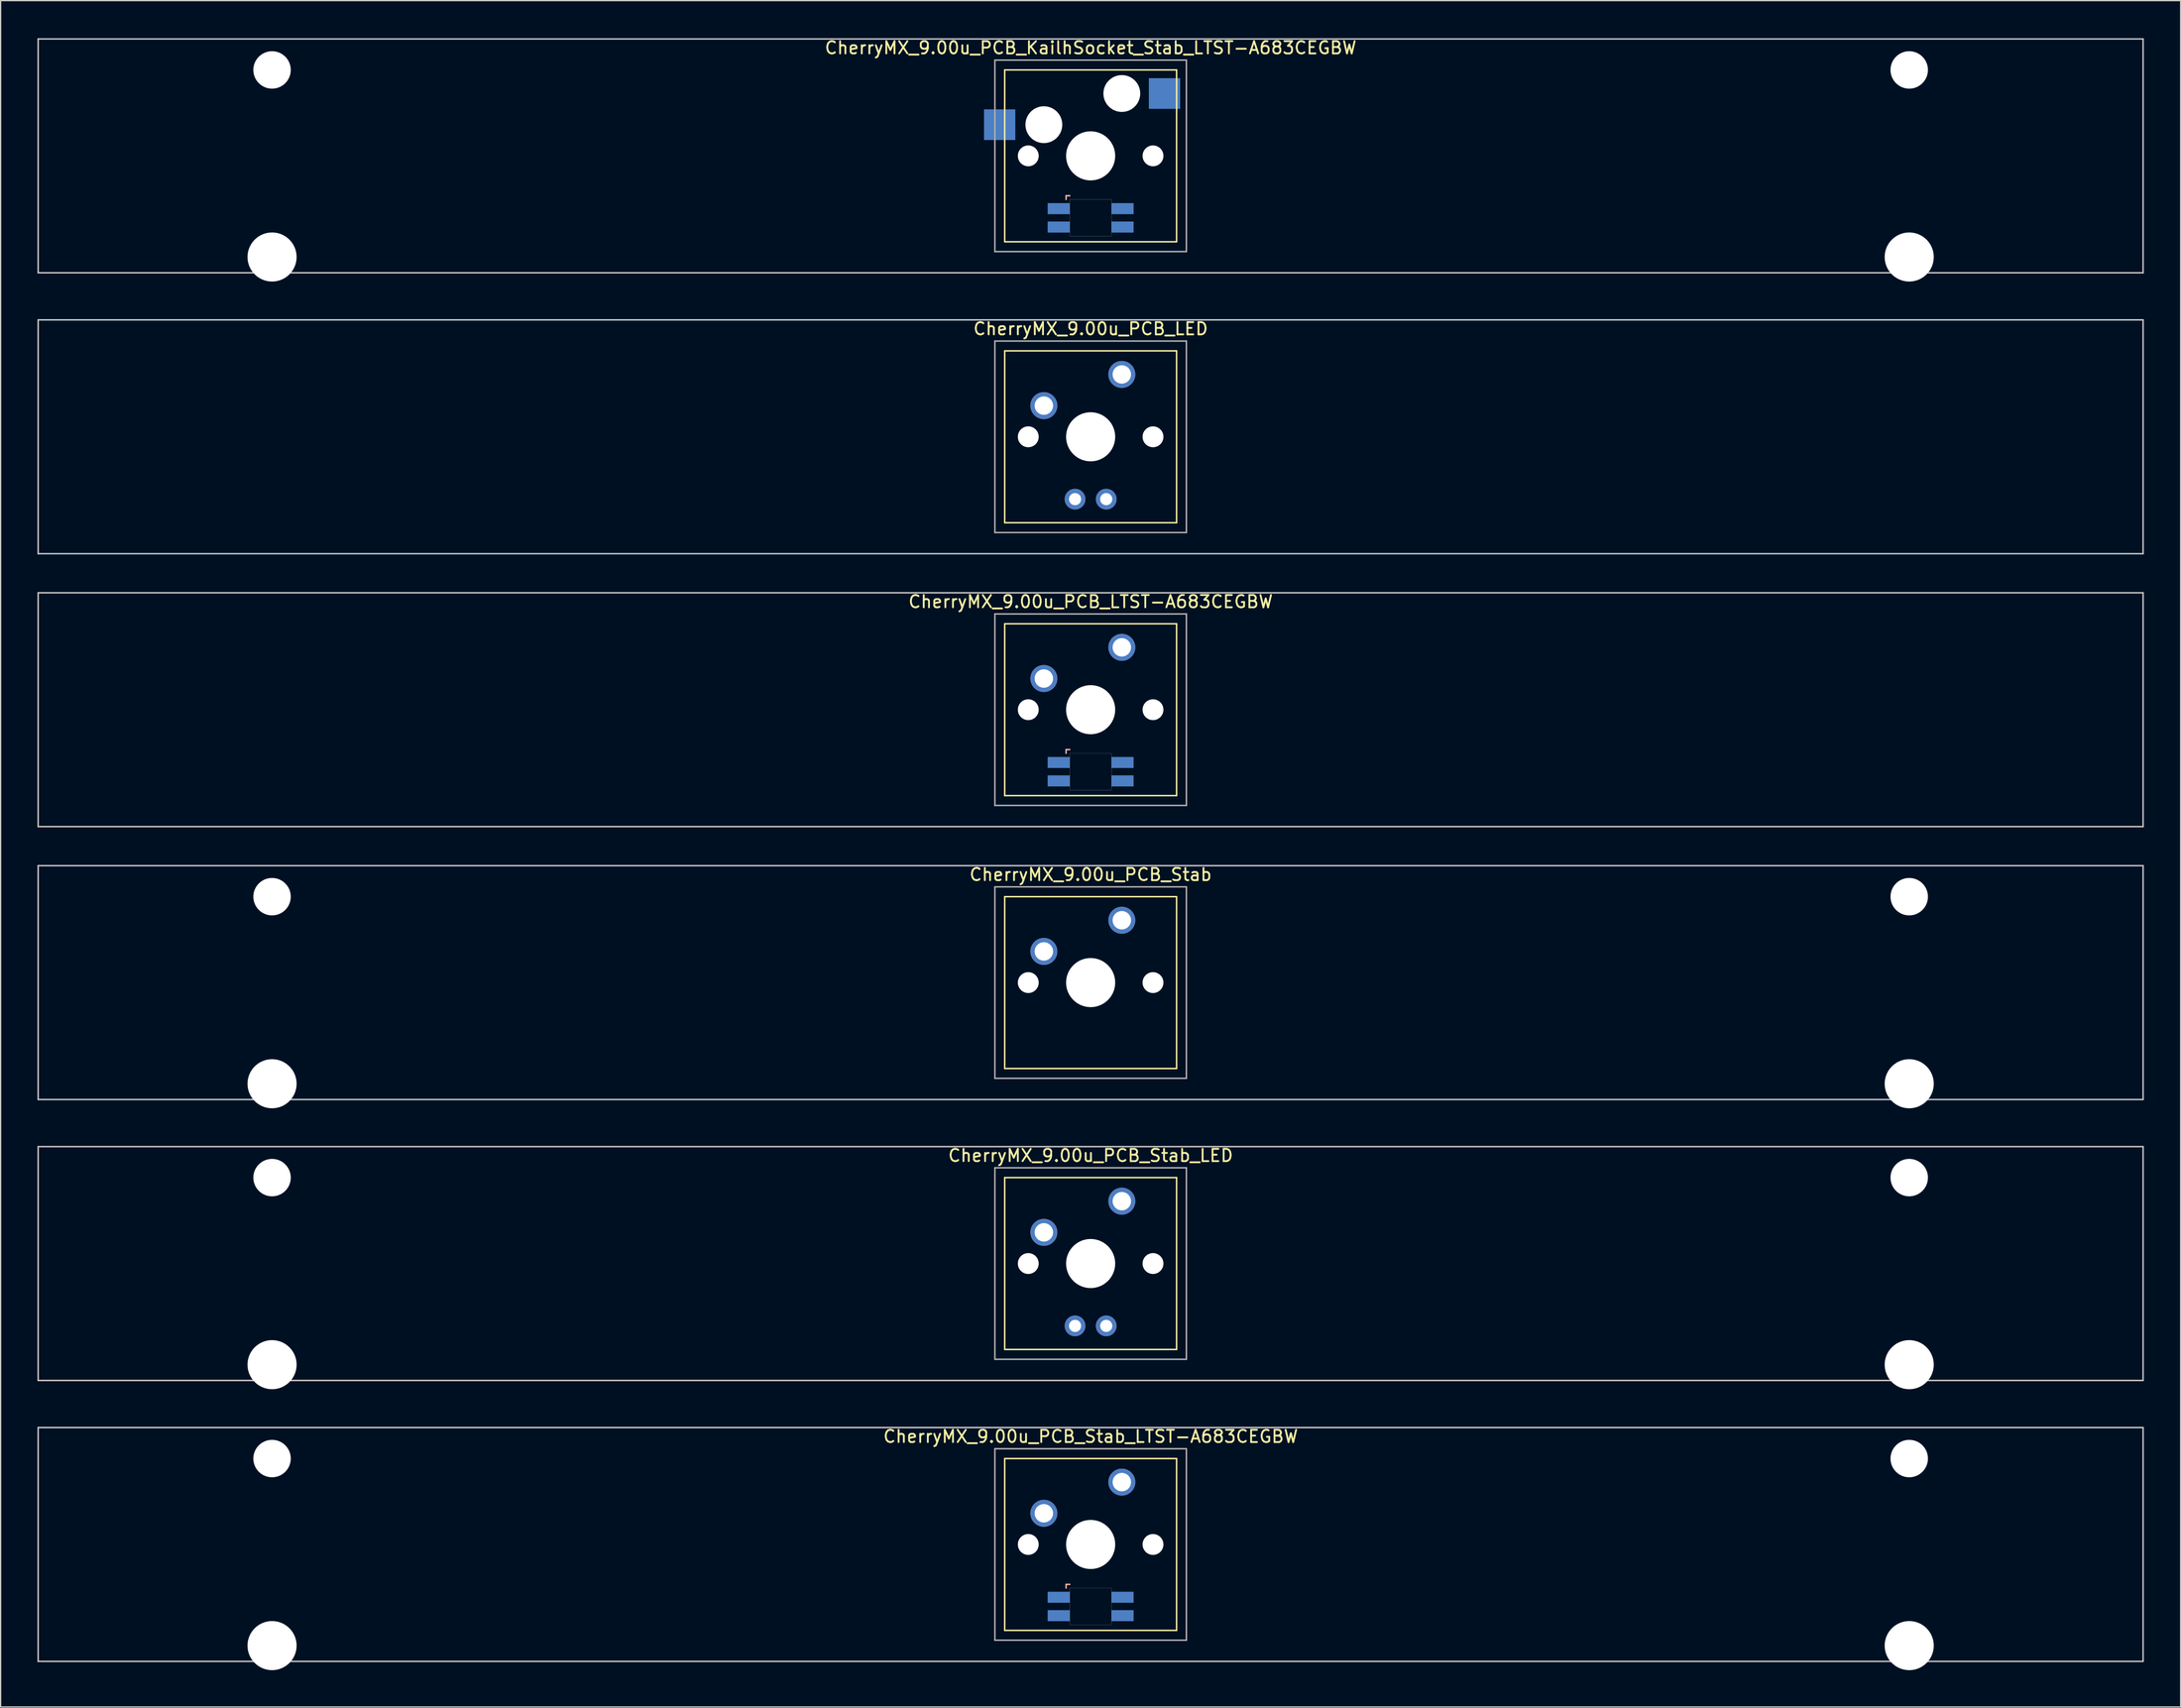
<source format=kicad_pcb>
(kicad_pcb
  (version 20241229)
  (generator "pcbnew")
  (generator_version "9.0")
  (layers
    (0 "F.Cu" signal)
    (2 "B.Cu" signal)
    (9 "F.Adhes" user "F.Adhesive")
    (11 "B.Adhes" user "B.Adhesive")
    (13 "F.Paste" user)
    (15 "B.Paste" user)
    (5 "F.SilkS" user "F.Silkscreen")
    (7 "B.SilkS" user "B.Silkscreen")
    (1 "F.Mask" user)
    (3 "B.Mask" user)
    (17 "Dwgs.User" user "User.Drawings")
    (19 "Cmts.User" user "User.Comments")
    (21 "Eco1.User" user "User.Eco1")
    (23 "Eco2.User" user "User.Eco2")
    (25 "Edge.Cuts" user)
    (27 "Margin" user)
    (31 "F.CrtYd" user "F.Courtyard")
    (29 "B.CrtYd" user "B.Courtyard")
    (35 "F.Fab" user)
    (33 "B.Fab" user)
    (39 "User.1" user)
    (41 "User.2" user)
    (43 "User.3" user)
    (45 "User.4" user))
  (footprint "CherryMX_9.00u_PCB_LED"
    (layer "F.Cu")
    (at 85.785 32.536)
    (property "Reference" "CherryMX_9.00u_PCB_LED" (at 0 -8.8 0) (layer "F.SilkS") (effects (font (size 1 1) (thickness 0.15))))
    (attr through_hole)
    (fp_line (start -7 -7) (end -7 7) (stroke (width 0.12) (type solid)) (layer "F.SilkS"))
    (fp_line (start -7 -7) (end 7 -7) (stroke (width 0.12) (type solid)) (layer "F.SilkS"))
    (fp_line (start 7 -7) (end 7 7) (stroke (width 0.12) (type solid)) (layer "F.SilkS"))
    (fp_line (start 7 7) (end -7 7) (stroke (width 0.12) (type solid)) (layer "F.SilkS"))
    (fp_line (start -85.725 -9.525) (end 85.725 -9.525) (stroke (width 0.12) (type solid)) (layer "Dwgs.User"))
    (fp_line (start -85.725 9.525) (end -85.725 -9.525) (stroke (width 0.12) (type solid)) (layer "Dwgs.User"))
    (fp_line (start 85.725 -9.525) (end 85.725 9.525) (stroke (width 0.12) (type solid)) (layer "Dwgs.User"))
    (fp_line (start 85.725 9.525) (end -85.725 9.525) (stroke (width 0.12) (type solid)) (layer "Dwgs.User"))
    (fp_line (start -7.8 -7.8) (end -7.8 7.8) (stroke (width 0.12) (type solid)) (layer "F.Fab"))
    (fp_line (start -7.8 -7.8) (end 7.8 -7.8) (stroke (width 0.12) (type solid)) (layer "F.Fab"))
    (fp_line (start -7.8 7.8) (end 7.8 7.8) (stroke (width 0.12) (type solid)) (layer "F.Fab"))
    (fp_line (start 7.8 -7.8) (end 7.8 7.8) (stroke (width 0.12) (type solid)) (layer "F.Fab"))
    (pad "" np_thru_hole circle (at -5.08 0) (size 1.7 1.7) (drill 1.7) (layers "*.Cu" "*.Mask"))
    (pad "" np_thru_hole circle (at 0 0) (size 4 4) (drill 4) (layers "*.Cu" "*.Mask"))
    (pad "" np_thru_hole circle (at 5.08 0) (size 1.7 1.7) (drill 1.7) (layers "*.Cu" "*.Mask"))
    (pad "1" thru_hole circle (at -3.81 -2.54) (size 2.2 2.2) (drill 1.5) (layers "*.Cu" "*.Mask"))
    (pad "2" thru_hole circle (at 2.54 -5.08) (size 2.2 2.2) (drill 1.5) (layers "*.Cu" "*.Mask"))
    (pad "3" thru_hole circle (at -1.27 5.08) (size 1.691 1.691) (drill 0.991) (layers "*.Cu" "*.Mask"))
    (pad "4" thru_hole circle (at 1.27 5.08) (size 1.691 1.691) (drill 0.991) (layers "*.Cu" "*.Mask")))
  (footprint "CherryMX_9.00u_PCB_Stab_LED"
    (layer "F.Cu")
    (at 85.785 99.891)
    (property "Reference" "CherryMX_9.00u_PCB_Stab_LED" (at 0 -8.8 0) (layer "F.SilkS") (effects (font (size 1 1) (thickness 0.15))))
    (attr through_hole)
    (fp_line (start -7 -7) (end -7 7) (stroke (width 0.12) (type solid)) (layer "F.SilkS"))
    (fp_line (start -7 -7) (end 7 -7) (stroke (width 0.12) (type solid)) (layer "F.SilkS"))
    (fp_line (start 7 -7) (end 7 7) (stroke (width 0.12) (type solid)) (layer "F.SilkS"))
    (fp_line (start 7 7) (end -7 7) (stroke (width 0.12) (type solid)) (layer "F.SilkS"))
    (fp_line (start -85.725 -9.525) (end 85.725 -9.525) (stroke (width 0.12) (type solid)) (layer "Dwgs.User"))
    (fp_line (start -85.725 9.525) (end -85.725 -9.525) (stroke (width 0.12) (type solid)) (layer "Dwgs.User"))
    (fp_line (start 85.725 -9.525) (end 85.725 9.525) (stroke (width 0.12) (type solid)) (layer "Dwgs.User"))
    (fp_line (start 85.725 9.525) (end -85.725 9.525) (stroke (width 0.12) (type solid)) (layer "Dwgs.User"))
    (fp_line (start -7.8 -7.8) (end -7.8 7.8) (stroke (width 0.12) (type solid)) (layer "F.Fab"))
    (fp_line (start -7.8 -7.8) (end 7.8 -7.8) (stroke (width 0.12) (type solid)) (layer "F.Fab"))
    (fp_line (start -7.8 7.8) (end 7.8 7.8) (stroke (width 0.12) (type solid)) (layer "F.Fab"))
    (fp_line (start 7.8 -7.8) (end 7.8 7.8) (stroke (width 0.12) (type solid)) (layer "F.Fab"))
    (pad "" np_thru_hole circle (at -66.675 -7) (size 3.05 3.05) (drill 3.05) (layers "*.Cu" "*.Mask"))
    (pad "" np_thru_hole circle (at -66.675 8.24) (size 4 4) (drill 4) (layers "*.Cu" "*.Mask"))
    (pad "" np_thru_hole circle (at -5.08 0) (size 1.7 1.7) (drill 1.7) (layers "*.Cu" "*.Mask"))
    (pad "" np_thru_hole circle (at 0 0) (size 4 4) (drill 4) (layers "*.Cu" "*.Mask"))
    (pad "" np_thru_hole circle (at 5.08 0) (size 1.7 1.7) (drill 1.7) (layers "*.Cu" "*.Mask"))
    (pad "" np_thru_hole circle (at 66.675 -7) (size 3.05 3.05) (drill 3.05) (layers "*.Cu" "*.Mask"))
    (pad "" np_thru_hole circle (at 66.675 8.24) (size 4 4) (drill 4) (layers "*.Cu" "*.Mask"))
    (pad "1" thru_hole circle (at -3.81 -2.54) (size 2.2 2.2) (drill 1.5) (layers "*.Cu" "*.Mask"))
    (pad "2" thru_hole circle (at 2.54 -5.08) (size 2.2 2.2) (drill 1.5) (layers "*.Cu" "*.Mask"))
    (pad "3" thru_hole circle (at -1.27 5.08) (size 1.691 1.691) (drill 0.991) (layers "*.Cu" "*.Mask"))
    (pad "4" thru_hole circle (at 1.27 5.08) (size 1.691 1.691) (drill 0.991) (layers "*.Cu" "*.Mask")))
  (footprint "CherryMX_9.00u_PCB_LTST-A683CEGBW"
    (layer "F.Cu")
    (at 85.785 54.77)
    (property "Reference" "CherryMX_9.00u_PCB_LTST-A683CEGBW" (at 0 -8.8 0) (layer "F.SilkS") (effects (font (size 1 1) (thickness 0.15))))
    (attr through_hole)
    (fp_line (start -7 -7) (end -7 7) (stroke (width 0.12) (type solid)) (layer "F.SilkS"))
    (fp_line (start -7 -7) (end 7 -7) (stroke (width 0.12) (type solid)) (layer "F.SilkS"))
    (fp_line (start 7 -7) (end 7 7) (stroke (width 0.12) (type solid)) (layer "F.SilkS"))
    (fp_line (start 7 7) (end -7 7) (stroke (width 0.12) (type solid)) (layer "F.SilkS"))
    (fp_line (start -2 3.25) (end -2 3.55) (stroke (width 0.12) (type solid)) (layer "B.SilkS"))
    (fp_line (start -1.7 3.25) (end -2 3.25) (stroke (width 0.12) (type solid)) (layer "B.SilkS"))
    (fp_line (start -85.725 -9.525) (end 85.725 -9.525) (stroke (width 0.12) (type solid)) (layer "Dwgs.User"))
    (fp_line (start -85.725 9.525) (end -85.725 -9.525) (stroke (width 0.12) (type solid)) (layer "Dwgs.User"))
    (fp_line (start 85.725 -9.525) (end 85.725 9.525) (stroke (width 0.12) (type solid)) (layer "Dwgs.User"))
    (fp_line (start 85.725 9.525) (end -85.725 9.525) (stroke (width 0.12) (type solid)) (layer "Dwgs.User"))
    (fp_poly (pts (xy 1.7 6.55) (xy -1.7 6.55) (xy -1.7 3.55) (xy 1.7 3.55)) (stroke (width 0.01) (type solid)) (fill no) (layer "Edge.Cuts"))
    (fp_line (start -7.8 -7.8) (end -7.8 7.8) (stroke (width 0.12) (type solid)) (layer "F.Fab"))
    (fp_line (start -7.8 -7.8) (end 7.8 -7.8) (stroke (width 0.12) (type solid)) (layer "F.Fab"))
    (fp_line (start -7.8 7.8) (end 7.8 7.8) (stroke (width 0.12) (type solid)) (layer "F.Fab"))
    (fp_line (start 7.8 -7.8) (end 7.8 7.8) (stroke (width 0.12) (type solid)) (layer "F.Fab"))
    (pad "" np_thru_hole circle (at -5.08 0) (size 1.7 1.7) (drill 1.7) (layers "*.Cu" "*.Mask"))
    (pad "" np_thru_hole circle (at 0 0) (size 4 4) (drill 4) (layers "*.Cu" "*.Mask"))
    (pad "" np_thru_hole circle (at 5.08 0) (size 1.7 1.7) (drill 1.7) (layers "*.Cu" "*.Mask"))
    (pad "1" thru_hole circle (at -3.81 -2.54) (size 2.2 2.2) (drill 1.5) (layers "*.Cu" "*.Mask"))
    (pad "2" thru_hole circle (at 2.54 -5.08) (size 2.2 2.2) (drill 1.5) (layers "*.Cu" "*.Mask"))
    (pad "3" smd rect (at -2.6 4.3) (size 1.8 0.9) (layers "B.Cu" "B.Mask" "B.Paste"))
    (pad "4" smd rect (at -2.6 5.8) (size 1.8 0.9) (layers "B.Cu" "B.Mask" "B.Paste"))
    (pad "5" smd rect (at 2.6 4.3) (size 1.8 0.9) (layers "B.Cu" "B.Mask" "B.Paste"))
    (pad "6" smd rect (at 2.6 5.8) (size 1.8 0.9) (layers "B.Cu" "B.Mask" "B.Paste")))
  (footprint "CherryMX_9.00u_PCB_KailhSocket_Stab_LTST-A683CEGBW"
    (layer "F.Cu")
    (at 85.785 9.648)
    (property "Reference" "CherryMX_9.00u_PCB_KailhSocket_Stab_LTST-A683CEGBW" (at 0 -8.8 0) (layer "F.SilkS") (effects (font (size 1 1) (thickness 0.15))))
    (attr through_hole)
    (fp_line (start -7 -7) (end -7 7) (stroke (width 0.12) (type solid)) (layer "F.SilkS"))
    (fp_line (start -7 -7) (end 7 -7) (stroke (width 0.12) (type solid)) (layer "F.SilkS"))
    (fp_line (start 7 -7) (end 7 7) (stroke (width 0.12) (type solid)) (layer "F.SilkS"))
    (fp_line (start 7 7) (end -7 7) (stroke (width 0.12) (type solid)) (layer "F.SilkS"))
    (fp_line (start -2 3.25) (end -2 3.55) (stroke (width 0.12) (type solid)) (layer "B.SilkS"))
    (fp_line (start -1.7 3.25) (end -2 3.25) (stroke (width 0.12) (type solid)) (layer "B.SilkS"))
    (fp_line (start -85.725 -9.525) (end 85.725 -9.525) (stroke (width 0.12) (type solid)) (layer "Dwgs.User"))
    (fp_line (start -85.725 9.525) (end -85.725 -9.525) (stroke (width 0.12) (type solid)) (layer "Dwgs.User"))
    (fp_line (start 85.725 -9.525) (end 85.725 9.525) (stroke (width 0.12) (type solid)) (layer "Dwgs.User"))
    (fp_line (start 85.725 9.525) (end -85.725 9.525) (stroke (width 0.12) (type solid)) (layer "Dwgs.User"))
    (fp_poly (pts (xy 1.7 6.55) (xy -1.7 6.55) (xy -1.7 3.55) (xy 1.7 3.55)) (stroke (width 0.01) (type solid)) (fill no) (layer "Edge.Cuts"))
    (fp_line (start -7.8 -7.8) (end -7.8 7.8) (stroke (width 0.12) (type solid)) (layer "F.Fab"))
    (fp_line (start -7.8 -7.8) (end 7.8 -7.8) (stroke (width 0.12) (type solid)) (layer "F.Fab"))
    (fp_line (start -7.8 7.8) (end 7.8 7.8) (stroke (width 0.12) (type solid)) (layer "F.Fab"))
    (fp_line (start 7.8 -7.8) (end 7.8 7.8) (stroke (width 0.12) (type solid)) (layer "F.Fab"))
    (pad "" np_thru_hole circle (at -66.675 -7) (size 3.05 3.05) (drill 3.05) (layers "*.Cu" "*.Mask"))
    (pad "" np_thru_hole circle (at -66.675 8.24) (size 4 4) (drill 4) (layers "*.Cu" "*.Mask"))
    (pad "" np_thru_hole circle (at -5.08 0) (size 1.7 1.7) (drill 1.7) (layers "*.Cu" "*.Mask"))
    (pad "" np_thru_hole circle (at -3.81 -2.54) (size 3 3) (drill 3) (layers "*.Cu" "*.Mask"))
    (pad "" np_thru_hole circle (at 0 0) (size 4 4) (drill 4) (layers "*.Cu" "*.Mask"))
    (pad "" np_thru_hole circle (at 2.54 -5.08) (size 3 3) (drill 3) (layers "*.Cu" "*.Mask"))
    (pad "" np_thru_hole circle (at 5.08 0) (size 1.7 1.7) (drill 1.7) (layers "*.Cu" "*.Mask"))
    (pad "" np_thru_hole circle (at 66.675 -7) (size 3.05 3.05) (drill 3.05) (layers "*.Cu" "*.Mask"))
    (pad "" np_thru_hole circle (at 66.675 8.24) (size 4 4) (drill 4) (layers "*.Cu" "*.Mask"))
    (pad "1" smd rect (at -7.41 -2.54) (size 2.55 2.5) (layers "B.Cu" "B.Mask" "B.Paste"))
    (pad "2" smd rect (at 6.015 -5.08) (size 2.55 2.5) (layers "B.Cu" "B.Mask" "B.Paste"))
    (pad "3" smd rect (at -2.6 4.3) (size 1.8 0.9) (layers "B.Cu" "B.Mask" "B.Paste"))
    (pad "4" smd rect (at -2.6 5.8) (size 1.8 0.9) (layers "B.Cu" "B.Mask" "B.Paste"))
    (pad "5" smd rect (at 2.6 4.3) (size 1.8 0.9) (layers "B.Cu" "B.Mask" "B.Paste"))
    (pad "6" smd rect (at 2.6 5.8) (size 1.8 0.9) (layers "B.Cu" "B.Mask" "B.Paste")))
  (footprint "CherryMX_9.00u_PCB_Stab_LTST-A683CEGBW"
    (layer "F.Cu")
    (at 85.785 122.779)
    (property "Reference" "CherryMX_9.00u_PCB_Stab_LTST-A683CEGBW" (at 0 -8.8 0) (layer "F.SilkS") (effects (font (size 1 1) (thickness 0.15))))
    (attr through_hole)
    (fp_line (start -7 -7) (end -7 7) (stroke (width 0.12) (type solid)) (layer "F.SilkS"))
    (fp_line (start -7 -7) (end 7 -7) (stroke (width 0.12) (type solid)) (layer "F.SilkS"))
    (fp_line (start 7 -7) (end 7 7) (stroke (width 0.12) (type solid)) (layer "F.SilkS"))
    (fp_line (start 7 7) (end -7 7) (stroke (width 0.12) (type solid)) (layer "F.SilkS"))
    (fp_line (start -2 3.25) (end -2 3.55) (stroke (width 0.12) (type solid)) (layer "B.SilkS"))
    (fp_line (start -1.7 3.25) (end -2 3.25) (stroke (width 0.12) (type solid)) (layer "B.SilkS"))
    (fp_line (start -85.725 -9.525) (end 85.725 -9.525) (stroke (width 0.12) (type solid)) (layer "Dwgs.User"))
    (fp_line (start -85.725 9.525) (end -85.725 -9.525) (stroke (width 0.12) (type solid)) (layer "Dwgs.User"))
    (fp_line (start 85.725 -9.525) (end 85.725 9.525) (stroke (width 0.12) (type solid)) (layer "Dwgs.User"))
    (fp_line (start 85.725 9.525) (end -85.725 9.525) (stroke (width 0.12) (type solid)) (layer "Dwgs.User"))
    (fp_poly (pts (xy 1.7 6.55) (xy -1.7 6.55) (xy -1.7 3.55) (xy 1.7 3.55)) (stroke (width 0.01) (type solid)) (fill no) (layer "Edge.Cuts"))
    (fp_line (start -7.8 -7.8) (end -7.8 7.8) (stroke (width 0.12) (type solid)) (layer "F.Fab"))
    (fp_line (start -7.8 -7.8) (end 7.8 -7.8) (stroke (width 0.12) (type solid)) (layer "F.Fab"))
    (fp_line (start -7.8 7.8) (end 7.8 7.8) (stroke (width 0.12) (type solid)) (layer "F.Fab"))
    (fp_line (start 7.8 -7.8) (end 7.8 7.8) (stroke (width 0.12) (type solid)) (layer "F.Fab"))
    (pad "" np_thru_hole circle (at -66.675 -7) (size 3.05 3.05) (drill 3.05) (layers "*.Cu" "*.Mask"))
    (pad "" np_thru_hole circle (at -66.675 8.24) (size 4 4) (drill 4) (layers "*.Cu" "*.Mask"))
    (pad "" np_thru_hole circle (at -5.08 0) (size 1.7 1.7) (drill 1.7) (layers "*.Cu" "*.Mask"))
    (pad "" np_thru_hole circle (at 0 0) (size 4 4) (drill 4) (layers "*.Cu" "*.Mask"))
    (pad "" np_thru_hole circle (at 5.08 0) (size 1.7 1.7) (drill 1.7) (layers "*.Cu" "*.Mask"))
    (pad "" np_thru_hole circle (at 66.675 -7) (size 3.05 3.05) (drill 3.05) (layers "*.Cu" "*.Mask"))
    (pad "" np_thru_hole circle (at 66.675 8.24) (size 4 4) (drill 4) (layers "*.Cu" "*.Mask"))
    (pad "1" thru_hole circle (at -3.81 -2.54) (size 2.2 2.2) (drill 1.5) (layers "*.Cu" "*.Mask"))
    (pad "2" thru_hole circle (at 2.54 -5.08) (size 2.2 2.2) (drill 1.5) (layers "*.Cu" "*.Mask"))
    (pad "3" smd rect (at -2.6 4.3) (size 1.8 0.9) (layers "B.Cu" "B.Mask" "B.Paste"))
    (pad "4" smd rect (at -2.6 5.8) (size 1.8 0.9) (layers "B.Cu" "B.Mask" "B.Paste"))
    (pad "5" smd rect (at 2.6 4.3) (size 1.8 0.9) (layers "B.Cu" "B.Mask" "B.Paste"))
    (pad "6" smd rect (at 2.6 5.8) (size 1.8 0.9) (layers "B.Cu" "B.Mask" "B.Paste")))
  (footprint "CherryMX_9.00u_PCB_Stab"
    (layer "F.Cu")
    (at 85.785 77.003)
    (property "Reference" "CherryMX_9.00u_PCB_Stab" (at 0 -8.8 0) (layer "F.SilkS") (effects (font (size 1 1) (thickness 0.15))))
    (attr through_hole)
    (fp_line (start -7 -7) (end -7 7) (stroke (width 0.12) (type solid)) (layer "F.SilkS"))
    (fp_line (start -7 -7) (end 7 -7) (stroke (width 0.12) (type solid)) (layer "F.SilkS"))
    (fp_line (start 7 -7) (end 7 7) (stroke (width 0.12) (type solid)) (layer "F.SilkS"))
    (fp_line (start 7 7) (end -7 7) (stroke (width 0.12) (type solid)) (layer "F.SilkS"))
    (fp_line (start -85.725 -9.525) (end 85.725 -9.525) (stroke (width 0.12) (type solid)) (layer "Dwgs.User"))
    (fp_line (start -85.725 9.525) (end -85.725 -9.525) (stroke (width 0.12) (type solid)) (layer "Dwgs.User"))
    (fp_line (start 85.725 -9.525) (end 85.725 9.525) (stroke (width 0.12) (type solid)) (layer "Dwgs.User"))
    (fp_line (start 85.725 9.525) (end -85.725 9.525) (stroke (width 0.12) (type solid)) (layer "Dwgs.User"))
    (fp_line (start -7.8 -7.8) (end -7.8 7.8) (stroke (width 0.12) (type solid)) (layer "F.Fab"))
    (fp_line (start -7.8 -7.8) (end 7.8 -7.8) (stroke (width 0.12) (type solid)) (layer "F.Fab"))
    (fp_line (start -7.8 7.8) (end 7.8 7.8) (stroke (width 0.12) (type solid)) (layer "F.Fab"))
    (fp_line (start 7.8 -7.8) (end 7.8 7.8) (stroke (width 0.12) (type solid)) (layer "F.Fab"))
    (pad "" np_thru_hole circle (at -66.675 -7) (size 3.05 3.05) (drill 3.05) (layers "*.Cu" "*.Mask"))
    (pad "" np_thru_hole circle (at -66.675 8.24) (size 4 4) (drill 4) (layers "*.Cu" "*.Mask"))
    (pad "" np_thru_hole circle (at -5.08 0) (size 1.7 1.7) (drill 1.7) (layers "*.Cu" "*.Mask"))
    (pad "" np_thru_hole circle (at 0 0) (size 4 4) (drill 4) (layers "*.Cu" "*.Mask"))
    (pad "" np_thru_hole circle (at 5.08 0) (size 1.7 1.7) (drill 1.7) (layers "*.Cu" "*.Mask"))
    (pad "" np_thru_hole circle (at 66.675 -7) (size 3.05 3.05) (drill 3.05) (layers "*.Cu" "*.Mask"))
    (pad "" np_thru_hole circle (at 66.675 8.24) (size 4 4) (drill 4) (layers "*.Cu" "*.Mask"))
    (pad "1" thru_hole circle (at -3.81 -2.54) (size 2.2 2.2) (drill 1.5) (layers "*.Cu" "*.Mask"))
    (pad "2" thru_hole circle (at 2.54 -5.08) (size 2.2 2.2) (drill 1.5) (layers "*.Cu" "*.Mask")))
  (gr_rect
    (start -3 -3)
    (end 174.57 136.019)
    (stroke (width 0.1) (type default))
    (fill no)
    (layer "Edge.Cuts")))
</source>
